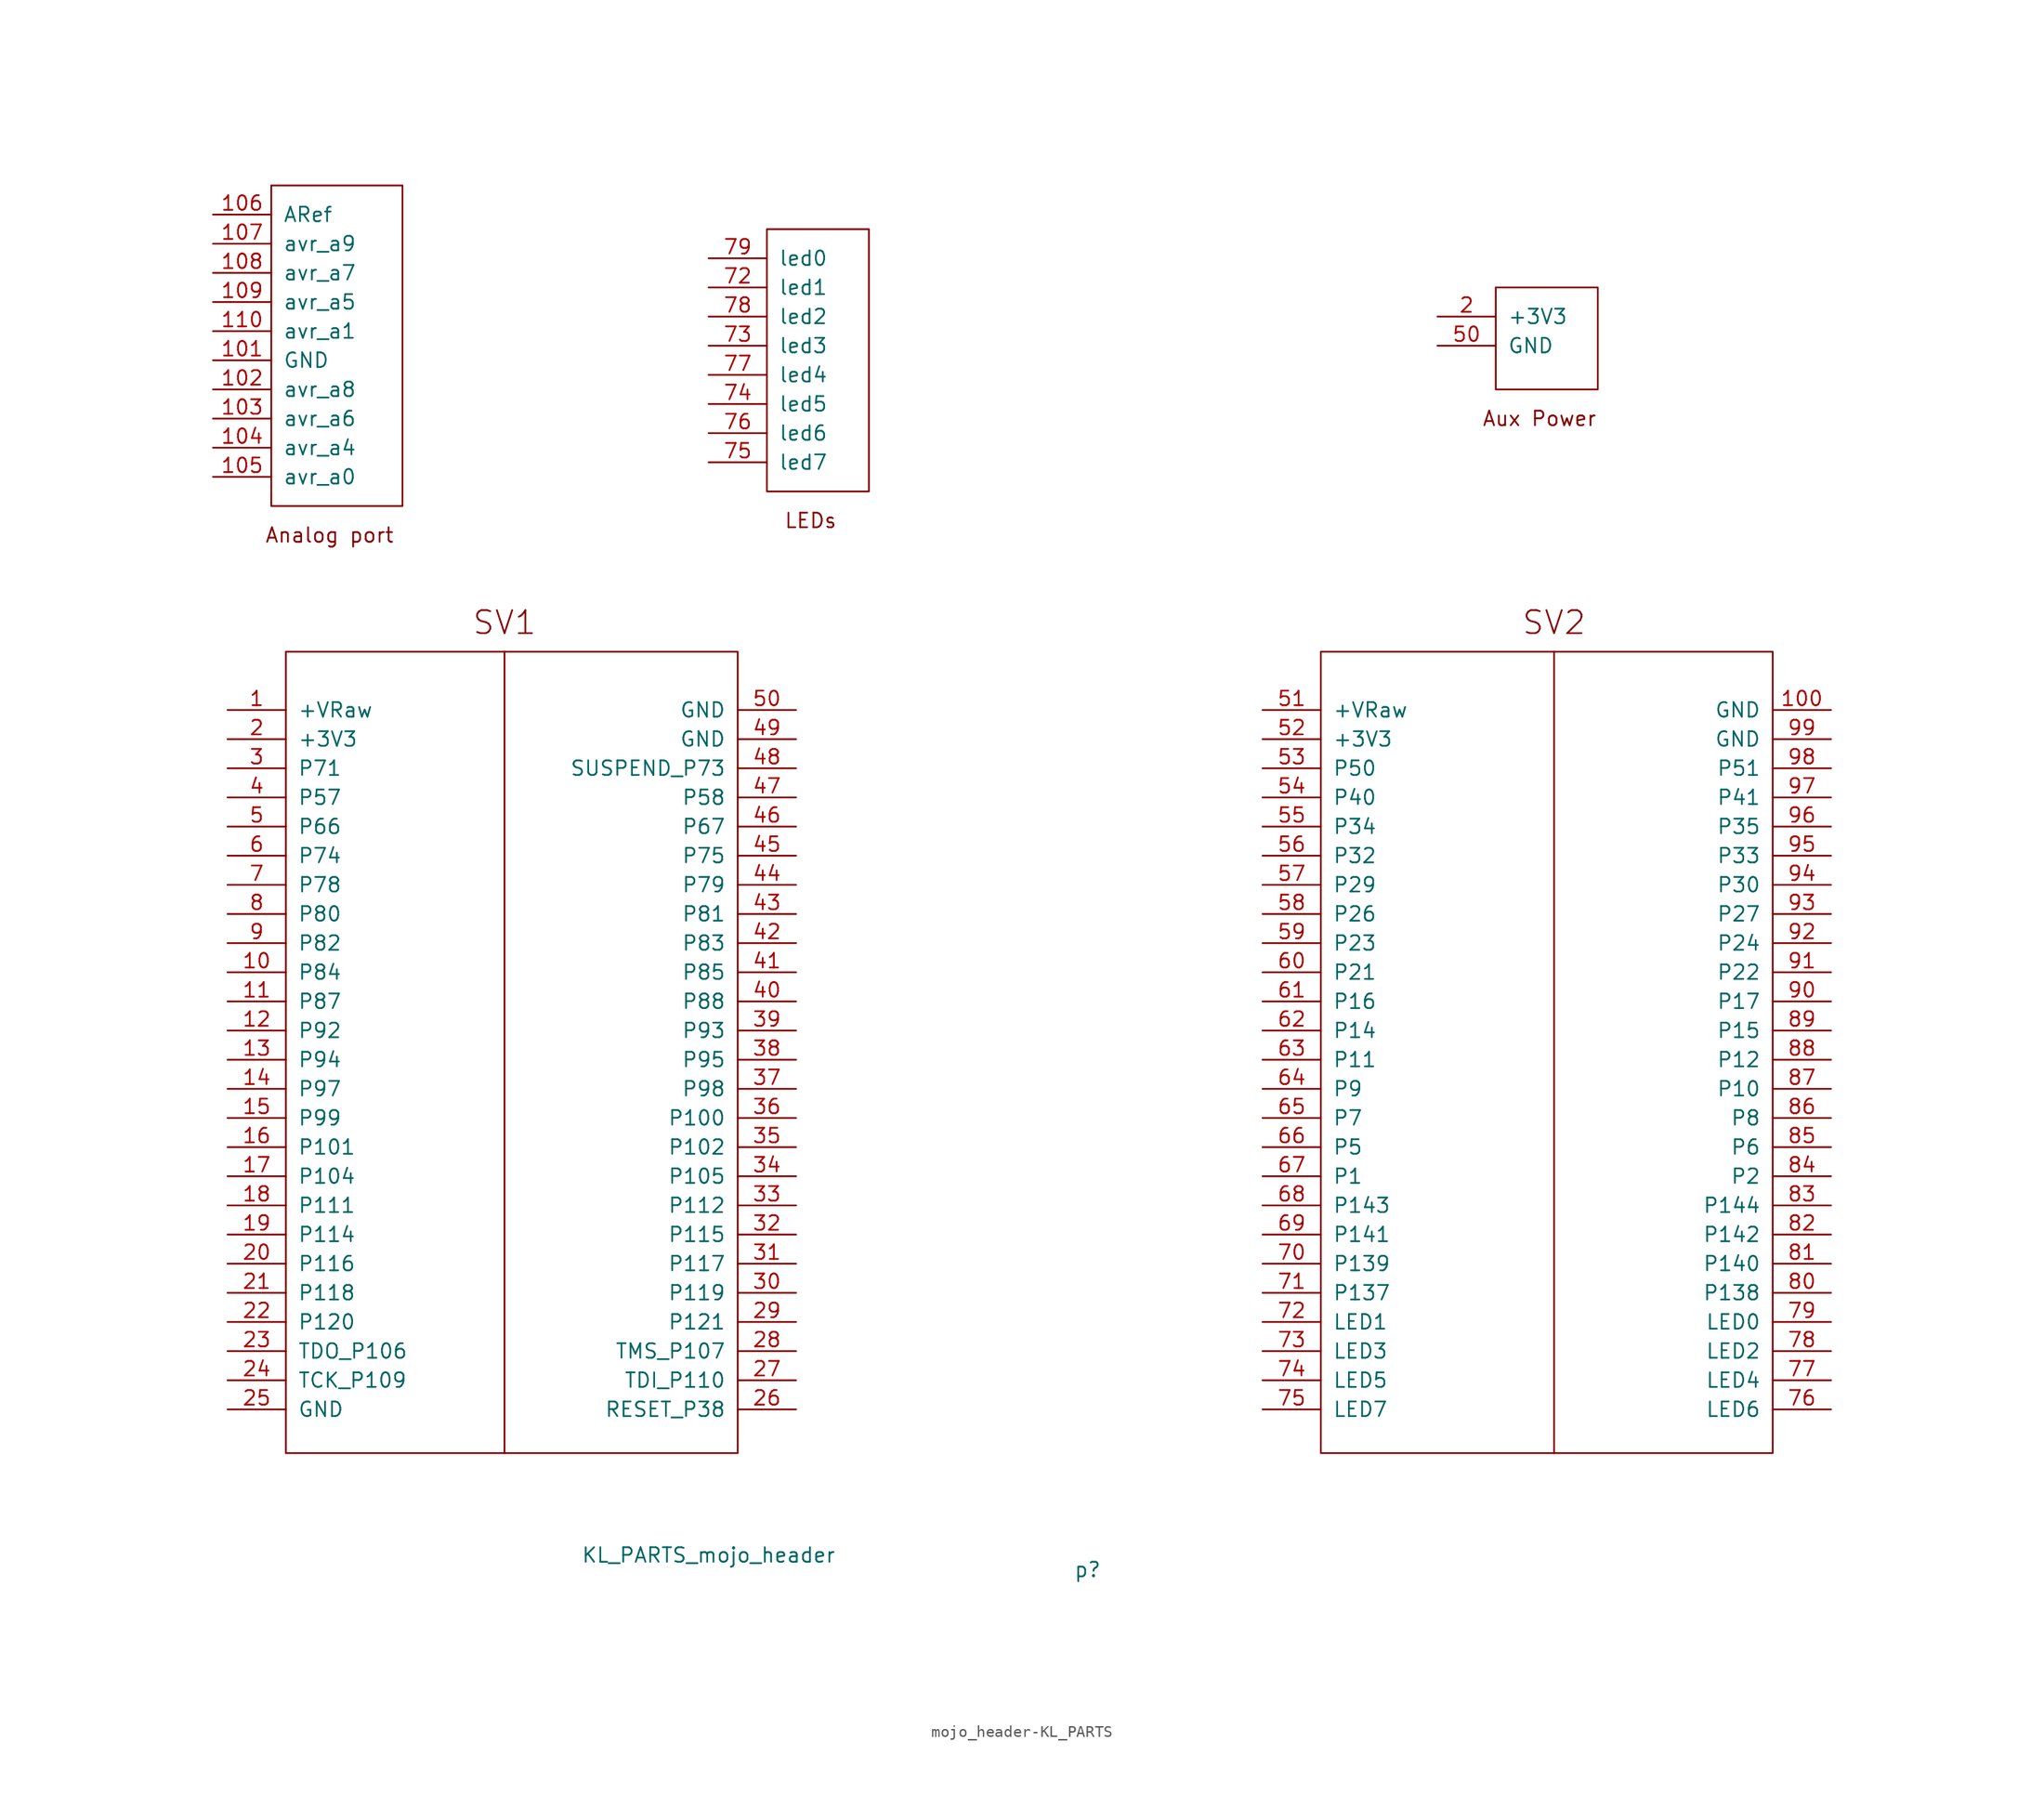
<source format=kicad_sym>
(kicad_symbol_lib
  (version 20231120)
  (generator "kicad_symbol_editor")
  (generator_version "8.0")
  (symbol "mojo_header-KL_PARTS"
    (pin_names
      (offset 1.016))
    (property "Reference" "p"
      (at 8.89 -48.26 0)
      (effects (font (size 1.27 1.27))))
    (property "Value" "KL_PARTS_mojo_header"
      (at -24.13 -46.99 0)
      (effects (font (size 1.27 1.27))))
    (symbol "mojo_header-KL_PARTS_0_0"
      (rectangle (start -19.05 68.58) (end -10.16 45.72) (stroke (width 0) (type solid)) (fill (type none)))
      (polyline (pts (xy -41.91 31.75) (xy -41.91 -38.1)) (stroke (width 0) (type solid)) (fill (type none)))
      (polyline (pts (xy 49.53 31.75) (xy 49.53 -38.1)) (stroke (width 0) (type solid)) (fill (type none)))
      (rectangle (start 44.45 63.5) (end 53.34 54.61) (stroke (width 0) (type solid)) (fill (type none)))
      (text "Analog port" (at -57.15 41.91 0) (effects (font (size 1.27 1.27))))
      (text "Aux Power" (at 48.26 52.07 0) (effects (font (size 1.27 1.27))))
      (text "LEDs" (at -15.24 43.18 0) (effects (font (size 1.27 1.27))))
      (text "SV1" (at -41.91 34.29 0) (effects (font (size 2.007 2.007))))
      (text "SV2" (at 49.53 34.29 0) (effects (font (size 2.007 2.007)))))
    (symbol "mojo_header-KL_PARTS_0_1"
      (rectangle (start -62.23 72.39) (end -50.8 44.45) (stroke (width 0) (type solid)) (fill (type none)))
      (rectangle (start -60.96 31.75) (end -21.59 -38.1) (stroke (width 0) (type solid)) (fill (type none))))
    (symbol "mojo_header-KL_PARTS_1_1"
      (rectangle (start 29.21 31.75) (end 68.58 -38.1) (stroke (width 0) (type solid)) (fill (type none)))
      (pin power_in line (at -66.04 26.67 0) (length 5.08) (name "+VRaw" (effects (font (size 1.27 1.27)))) (number "1" (effects (font (size 1.27 1.27)))))
      (pin bidirectional line (at -66.04 3.81 0) (length 5.08) (name "P84" (effects (font (size 1.27 1.27)))) (number "10" (effects (font (size 1.27 1.27)))))
      (pin power_in line (at 73.66 26.67 180) (length 5.08) (name "GND" (effects (font (size 1.27 1.27)))) (number "100" (effects (font (size 1.27 1.27)))))
      (pin power_in line (at -67.31 57.15 0) (length 5.08) (name "GND" (effects (font (size 1.27 1.27)))) (number "101" (effects (font (size 1.27 1.27)))))
      (pin bidirectional line (at -67.31 54.61 0) (length 5.08) (name "avr_a8" (effects (font (size 1.27 1.27)))) (number "102" (effects (font (size 1.27 1.27)))))
      (pin bidirectional line (at -67.31 52.07 0) (length 5.08) (name "avr_a6" (effects (font (size 1.27 1.27)))) (number "103" (effects (font (size 1.27 1.27)))))
      (pin bidirectional line (at -67.31 49.53 0) (length 5.08) (name "avr_a4" (effects (font (size 1.27 1.27)))) (number "104" (effects (font (size 1.27 1.27)))))
      (pin bidirectional line (at -67.31 46.99 0) (length 5.08) (name "avr_a0" (effects (font (size 1.27 1.27)))) (number "105" (effects (font (size 1.27 1.27)))))
      (pin bidirectional line (at -67.31 69.85 0) (length 5.08) (name "ARef" (effects (font (size 1.27 1.27)))) (number "106" (effects (font (size 1.27 1.27)))))
      (pin bidirectional line (at -67.31 67.31 0) (length 5.08) (name "avr_a9" (effects (font (size 1.27 1.27)))) (number "107" (effects (font (size 1.27 1.27)))))
      (pin bidirectional line (at -67.31 64.77 0) (length 5.08) (name "avr_a7" (effects (font (size 1.27 1.27)))) (number "108" (effects (font (size 1.27 1.27)))))
      (pin bidirectional line (at -67.31 62.23 0) (length 5.08) (name "avr_a5" (effects (font (size 1.27 1.27)))) (number "109" (effects (font (size 1.27 1.27)))))
      (pin bidirectional line (at -66.04 1.27 0) (length 5.08) (name "P87" (effects (font (size 1.27 1.27)))) (number "11" (effects (font (size 1.27 1.27)))))
      (pin bidirectional line (at -67.31 59.69 0) (length 5.08) (name "avr_a1" (effects (font (size 1.27 1.27)))) (number "110" (effects (font (size 1.27 1.27)))))
      (pin bidirectional line (at -66.04 -1.27 0) (length 5.08) (name "P92" (effects (font (size 1.27 1.27)))) (number "12" (effects (font (size 1.27 1.27)))))
      (pin bidirectional line (at -66.04 -3.81 0) (length 5.08) (name "P94" (effects (font (size 1.27 1.27)))) (number "13" (effects (font (size 1.27 1.27)))))
      (pin bidirectional line (at -66.04 -6.35 0) (length 5.08) (name "P97" (effects (font (size 1.27 1.27)))) (number "14" (effects (font (size 1.27 1.27)))))
      (pin bidirectional line (at -66.04 -8.89 0) (length 5.08) (name "P99" (effects (font (size 1.27 1.27)))) (number "15" (effects (font (size 1.27 1.27)))))
      (pin bidirectional line (at -66.04 -11.43 0) (length 5.08) (name "P101" (effects (font (size 1.27 1.27)))) (number "16" (effects (font (size 1.27 1.27)))))
      (pin bidirectional line (at -66.04 -13.97 0) (length 5.08) (name "P104" (effects (font (size 1.27 1.27)))) (number "17" (effects (font (size 1.27 1.27)))))
      (pin bidirectional line (at -66.04 -16.51 0) (length 5.08) (name "P111" (effects (font (size 1.27 1.27)))) (number "18" (effects (font (size 1.27 1.27)))))
      (pin bidirectional line (at -66.04 -19.05 0) (length 5.08) (name "P114" (effects (font (size 1.27 1.27)))) (number "19" (effects (font (size 1.27 1.27)))))
      (pin power_in line (at -66.04 24.13 0) (length 5.08) (name "+3V3" (effects (font (size 1.27 1.27)))) (number "2" (effects (font (size 1.27 1.27)))))
      (pin power_in line (at 39.37 60.96 0) (length 5.08) (name "+3V3" (effects (font (size 1.27 1.27)))) (number "2" (effects (font (size 1.27 1.27)))))
      (pin bidirectional line (at -66.04 -21.59 0) (length 5.08) (name "P116" (effects (font (size 1.27 1.27)))) (number "20" (effects (font (size 1.27 1.27)))))
      (pin bidirectional line (at -66.04 -24.13 0) (length 5.08) (name "P118" (effects (font (size 1.27 1.27)))) (number "21" (effects (font (size 1.27 1.27)))))
      (pin bidirectional line (at -66.04 -26.67 0) (length 5.08) (name "P120" (effects (font (size 1.27 1.27)))) (number "22" (effects (font (size 1.27 1.27)))))
      (pin bidirectional line (at -66.04 -29.21 0) (length 5.08) (name "TDO_P106" (effects (font (size 1.27 1.27)))) (number "23" (effects (font (size 1.27 1.27)))))
      (pin bidirectional line (at -66.04 -31.75 0) (length 5.08) (name "TCK_P109" (effects (font (size 1.27 1.27)))) (number "24" (effects (font (size 1.27 1.27)))))
      (pin power_in line (at -66.04 -34.29 0) (length 5.08) (name "GND" (effects (font (size 1.27 1.27)))) (number "25" (effects (font (size 1.27 1.27)))))
      (pin bidirectional line (at -16.51 -34.29 180) (length 5.08) (name "RESET_P38" (effects (font (size 1.27 1.27)))) (number "26" (effects (font (size 1.27 1.27)))))
      (pin bidirectional line (at -16.51 -31.75 180) (length 5.08) (name "TDI_P110" (effects (font (size 1.27 1.27)))) (number "27" (effects (font (size 1.27 1.27)))))
      (pin bidirectional line (at -16.51 -29.21 180) (length 5.08) (name "TMS_P107" (effects (font (size 1.27 1.27)))) (number "28" (effects (font (size 1.27 1.27)))))
      (pin bidirectional line (at -16.51 -26.67 180) (length 5.08) (name "P121" (effects (font (size 1.27 1.27)))) (number "29" (effects (font (size 1.27 1.27)))))
      (pin bidirectional line (at -66.04 21.59 0) (length 5.08) (name "P71" (effects (font (size 1.27 1.27)))) (number "3" (effects (font (size 1.27 1.27)))))
      (pin bidirectional line (at -16.51 -24.13 180) (length 5.08) (name "P119" (effects (font (size 1.27 1.27)))) (number "30" (effects (font (size 1.27 1.27)))))
      (pin bidirectional line (at -16.51 -21.59 180) (length 5.08) (name "P117" (effects (font (size 1.27 1.27)))) (number "31" (effects (font (size 1.27 1.27)))))
      (pin bidirectional line (at -16.51 -19.05 180) (length 5.08) (name "P115" (effects (font (size 1.27 1.27)))) (number "32" (effects (font (size 1.27 1.27)))))
      (pin bidirectional line (at -16.51 -16.51 180) (length 5.08) (name "P112" (effects (font (size 1.27 1.27)))) (number "33" (effects (font (size 1.27 1.27)))))
      (pin bidirectional line (at -16.51 -13.97 180) (length 5.08) (name "P105" (effects (font (size 1.27 1.27)))) (number "34" (effects (font (size 1.27 1.27)))))
      (pin bidirectional line (at -16.51 -11.43 180) (length 5.08) (name "P102" (effects (font (size 1.27 1.27)))) (number "35" (effects (font (size 1.27 1.27)))))
      (pin bidirectional line (at -16.51 -8.89 180) (length 5.08) (name "P100" (effects (font (size 1.27 1.27)))) (number "36" (effects (font (size 1.27 1.27)))))
      (pin bidirectional line (at -16.51 -6.35 180) (length 5.08) (name "P98" (effects (font (size 1.27 1.27)))) (number "37" (effects (font (size 1.27 1.27)))))
      (pin bidirectional line (at -16.51 -3.81 180) (length 5.08) (name "P95" (effects (font (size 1.27 1.27)))) (number "38" (effects (font (size 1.27 1.27)))))
      (pin bidirectional line (at -16.51 -1.27 180) (length 5.08) (name "P93" (effects (font (size 1.27 1.27)))) (number "39" (effects (font (size 1.27 1.27)))))
      (pin bidirectional line (at -66.04 19.05 0) (length 5.08) (name "P57" (effects (font (size 1.27 1.27)))) (number "4" (effects (font (size 1.27 1.27)))))
      (pin bidirectional line (at -16.51 1.27 180) (length 5.08) (name "P88" (effects (font (size 1.27 1.27)))) (number "40" (effects (font (size 1.27 1.27)))))
      (pin bidirectional line (at -16.51 3.81 180) (length 5.08) (name "P85" (effects (font (size 1.27 1.27)))) (number "41" (effects (font (size 1.27 1.27)))))
      (pin bidirectional line (at -16.51 6.35 180) (length 5.08) (name "P83" (effects (font (size 1.27 1.27)))) (number "42" (effects (font (size 1.27 1.27)))))
      (pin bidirectional line (at -16.51 8.89 180) (length 5.08) (name "P81" (effects (font (size 1.27 1.27)))) (number "43" (effects (font (size 1.27 1.27)))))
      (pin bidirectional line (at -16.51 11.43 180) (length 5.08) (name "P79" (effects (font (size 1.27 1.27)))) (number "44" (effects (font (size 1.27 1.27)))))
      (pin bidirectional line (at -16.51 13.97 180) (length 5.08) (name "P75" (effects (font (size 1.27 1.27)))) (number "45" (effects (font (size 1.27 1.27)))))
      (pin bidirectional line (at -16.51 16.51 180) (length 5.08) (name "P67" (effects (font (size 1.27 1.27)))) (number "46" (effects (font (size 1.27 1.27)))))
      (pin bidirectional line (at -16.51 19.05 180) (length 5.08) (name "P58" (effects (font (size 1.27 1.27)))) (number "47" (effects (font (size 1.27 1.27)))))
      (pin bidirectional line (at -16.51 21.59 180) (length 5.08) (name "SUSPEND_P73" (effects (font (size 1.27 1.27)))) (number "48" (effects (font (size 1.27 1.27)))))
      (pin power_in line (at -16.51 24.13 180) (length 5.08) (name "GND" (effects (font (size 1.27 1.27)))) (number "49" (effects (font (size 1.27 1.27)))))
      (pin bidirectional line (at -66.04 16.51 0) (length 5.08) (name "P66" (effects (font (size 1.27 1.27)))) (number "5" (effects (font (size 1.27 1.27)))))
      (pin power_in line (at -16.51 26.67 180) (length 5.08) (name "GND" (effects (font (size 1.27 1.27)))) (number "50" (effects (font (size 1.27 1.27)))))
      (pin power_in line (at 39.37 58.42 0) (length 5.08) (name "GND" (effects (font (size 1.27 1.27)))) (number "50" (effects (font (size 1.27 1.27)))))
      (pin power_in line (at 24.13 26.67 0) (length 5.08) (name "+VRaw" (effects (font (size 1.27 1.27)))) (number "51" (effects (font (size 1.27 1.27)))))
      (pin power_in line (at 24.13 24.13 0) (length 5.08) (name "+3V3" (effects (font (size 1.27 1.27)))) (number "52" (effects (font (size 1.27 1.27)))))
      (pin bidirectional line (at 24.13 21.59 0) (length 5.08) (name "P50" (effects (font (size 1.27 1.27)))) (number "53" (effects (font (size 1.27 1.27)))))
      (pin bidirectional line (at 24.13 19.05 0) (length 5.08) (name "P40" (effects (font (size 1.27 1.27)))) (number "54" (effects (font (size 1.27 1.27)))))
      (pin bidirectional line (at 24.13 16.51 0) (length 5.08) (name "P34" (effects (font (size 1.27 1.27)))) (number "55" (effects (font (size 1.27 1.27)))))
      (pin bidirectional line (at 24.13 13.97 0) (length 5.08) (name "P32" (effects (font (size 1.27 1.27)))) (number "56" (effects (font (size 1.27 1.27)))))
      (pin bidirectional line (at 24.13 11.43 0) (length 5.08) (name "P29" (effects (font (size 1.27 1.27)))) (number "57" (effects (font (size 1.27 1.27)))))
      (pin bidirectional line (at 24.13 8.89 0) (length 5.08) (name "P26" (effects (font (size 1.27 1.27)))) (number "58" (effects (font (size 1.27 1.27)))))
      (pin bidirectional line (at 24.13 6.35 0) (length 5.08) (name "P23" (effects (font (size 1.27 1.27)))) (number "59" (effects (font (size 1.27 1.27)))))
      (pin bidirectional line (at -66.04 13.97 0) (length 5.08) (name "P74" (effects (font (size 1.27 1.27)))) (number "6" (effects (font (size 1.27 1.27)))))
      (pin bidirectional line (at 24.13 3.81 0) (length 5.08) (name "P21" (effects (font (size 1.27 1.27)))) (number "60" (effects (font (size 1.27 1.27)))))
      (pin bidirectional line (at 24.13 1.27 0) (length 5.08) (name "P16" (effects (font (size 1.27 1.27)))) (number "61" (effects (font (size 1.27 1.27)))))
      (pin bidirectional line (at 24.13 -1.27 0) (length 5.08) (name "P14" (effects (font (size 1.27 1.27)))) (number "62" (effects (font (size 1.27 1.27)))))
      (pin bidirectional line (at 24.13 -3.81 0) (length 5.08) (name "P11" (effects (font (size 1.27 1.27)))) (number "63" (effects (font (size 1.27 1.27)))))
      (pin bidirectional line (at 24.13 -6.35 0) (length 5.08) (name "P9" (effects (font (size 1.27 1.27)))) (number "64" (effects (font (size 1.27 1.27)))))
      (pin bidirectional line (at 24.13 -8.89 0) (length 5.08) (name "P7" (effects (font (size 1.27 1.27)))) (number "65" (effects (font (size 1.27 1.27)))))
      (pin bidirectional line (at 24.13 -11.43 0) (length 5.08) (name "P5" (effects (font (size 1.27 1.27)))) (number "66" (effects (font (size 1.27 1.27)))))
      (pin bidirectional line (at 24.13 -13.97 0) (length 5.08) (name "P1" (effects (font (size 1.27 1.27)))) (number "67" (effects (font (size 1.27 1.27)))))
      (pin bidirectional line (at 24.13 -16.51 0) (length 5.08) (name "P143" (effects (font (size 1.27 1.27)))) (number "68" (effects (font (size 1.27 1.27)))))
      (pin bidirectional line (at 24.13 -19.05 0) (length 5.08) (name "P141" (effects (font (size 1.27 1.27)))) (number "69" (effects (font (size 1.27 1.27)))))
      (pin bidirectional line (at -66.04 11.43 0) (length 5.08) (name "P78" (effects (font (size 1.27 1.27)))) (number "7" (effects (font (size 1.27 1.27)))))
      (pin bidirectional line (at 24.13 -21.59 0) (length 5.08) (name "P139" (effects (font (size 1.27 1.27)))) (number "70" (effects (font (size 1.27 1.27)))))
      (pin bidirectional line (at 24.13 -24.13 0) (length 5.08) (name "P137" (effects (font (size 1.27 1.27)))) (number "71" (effects (font (size 1.27 1.27)))))
      (pin output line (at 24.13 -26.67 0) (length 5.08) (name "LED1" (effects (font (size 1.27 1.27)))) (number "72" (effects (font (size 1.27 1.27)))))
      (pin output line (at -24.13 63.5 0) (length 5.08) (name "led1" (effects (font (size 1.27 1.27)))) (number "72" (effects (font (size 1.27 1.27)))))
      (pin output line (at 24.13 -29.21 0) (length 5.08) (name "LED3" (effects (font (size 1.27 1.27)))) (number "73" (effects (font (size 1.27 1.27)))))
      (pin output line (at -24.13 58.42 0) (length 5.08) (name "led3" (effects (font (size 1.27 1.27)))) (number "73" (effects (font (size 1.27 1.27)))))
      (pin output line (at 24.13 -31.75 0) (length 5.08) (name "LED5" (effects (font (size 1.27 1.27)))) (number "74" (effects (font (size 1.27 1.27)))))
      (pin output line (at -24.13 53.34 0) (length 5.08) (name "led5" (effects (font (size 1.27 1.27)))) (number "74" (effects (font (size 1.27 1.27)))))
      (pin output line (at 24.13 -34.29 0) (length 5.08) (name "LED7" (effects (font (size 1.27 1.27)))) (number "75" (effects (font (size 1.27 1.27)))))
      (pin output line (at -24.13 48.26 0) (length 5.08) (name "led7" (effects (font (size 1.27 1.27)))) (number "75" (effects (font (size 1.27 1.27)))))
      (pin output line (at 73.66 -34.29 180) (length 5.08) (name "LED6" (effects (font (size 1.27 1.27)))) (number "76" (effects (font (size 1.27 1.27)))))
      (pin output line (at -24.13 50.8 0) (length 5.08) (name "led6" (effects (font (size 1.27 1.27)))) (number "76" (effects (font (size 1.27 1.27)))))
      (pin output line (at 73.66 -31.75 180) (length 5.08) (name "LED4" (effects (font (size 1.27 1.27)))) (number "77" (effects (font (size 1.27 1.27)))))
      (pin output line (at -24.13 55.88 0) (length 5.08) (name "led4" (effects (font (size 1.27 1.27)))) (number "77" (effects (font (size 1.27 1.27)))))
      (pin output line (at 73.66 -29.21 180) (length 5.08) (name "LED2" (effects (font (size 1.27 1.27)))) (number "78" (effects (font (size 1.27 1.27)))))
      (pin output line (at -24.13 60.96 0) (length 5.08) (name "led2" (effects (font (size 1.27 1.27)))) (number "78" (effects (font (size 1.27 1.27)))))
      (pin output line (at 73.66 -26.67 180) (length 5.08) (name "LED0" (effects (font (size 1.27 1.27)))) (number "79" (effects (font (size 1.27 1.27)))))
      (pin output line (at -24.13 66.04 0) (length 5.08) (name "led0" (effects (font (size 1.27 1.27)))) (number "79" (effects (font (size 1.27 1.27)))))
      (pin bidirectional line (at -66.04 8.89 0) (length 5.08) (name "P80" (effects (font (size 1.27 1.27)))) (number "8" (effects (font (size 1.27 1.27)))))
      (pin bidirectional line (at 73.66 -24.13 180) (length 5.08) (name "P138" (effects (font (size 1.27 1.27)))) (number "80" (effects (font (size 1.27 1.27)))))
      (pin bidirectional line (at 73.66 -21.59 180) (length 5.08) (name "P140" (effects (font (size 1.27 1.27)))) (number "81" (effects (font (size 1.27 1.27)))))
      (pin bidirectional line (at 73.66 -19.05 180) (length 5.08) (name "P142" (effects (font (size 1.27 1.27)))) (number "82" (effects (font (size 1.27 1.27)))))
      (pin bidirectional line (at 73.66 -16.51 180) (length 5.08) (name "P144" (effects (font (size 1.27 1.27)))) (number "83" (effects (font (size 1.27 1.27)))))
      (pin bidirectional line (at 73.66 -13.97 180) (length 5.08) (name "P2" (effects (font (size 1.27 1.27)))) (number "84" (effects (font (size 1.27 1.27)))))
      (pin bidirectional line (at 73.66 -11.43 180) (length 5.08) (name "P6" (effects (font (size 1.27 1.27)))) (number "85" (effects (font (size 1.27 1.27)))))
      (pin bidirectional line (at 73.66 -8.89 180) (length 5.08) (name "P8" (effects (font (size 1.27 1.27)))) (number "86" (effects (font (size 1.27 1.27)))))
      (pin bidirectional line (at 73.66 -6.35 180) (length 5.08) (name "P10" (effects (font (size 1.27 1.27)))) (number "87" (effects (font (size 1.27 1.27)))))
      (pin bidirectional line (at 73.66 -3.81 180) (length 5.08) (name "P12" (effects (font (size 1.27 1.27)))) (number "88" (effects (font (size 1.27 1.27)))))
      (pin bidirectional line (at 73.66 -1.27 180) (length 5.08) (name "P15" (effects (font (size 1.27 1.27)))) (number "89" (effects (font (size 1.27 1.27)))))
      (pin bidirectional line (at -66.04 6.35 0) (length 5.08) (name "P82" (effects (font (size 1.27 1.27)))) (number "9" (effects (font (size 1.27 1.27)))))
      (pin bidirectional line (at 73.66 1.27 180) (length 5.08) (name "P17" (effects (font (size 1.27 1.27)))) (number "90" (effects (font (size 1.27 1.27)))))
      (pin bidirectional line (at 73.66 3.81 180) (length 5.08) (name "P22" (effects (font (size 1.27 1.27)))) (number "91" (effects (font (size 1.27 1.27)))))
      (pin bidirectional line (at 73.66 6.35 180) (length 5.08) (name "P24" (effects (font (size 1.27 1.27)))) (number "92" (effects (font (size 1.27 1.27)))))
      (pin bidirectional line (at 73.66 8.89 180) (length 5.08) (name "P27" (effects (font (size 1.27 1.27)))) (number "93" (effects (font (size 1.27 1.27)))))
      (pin bidirectional line (at 73.66 11.43 180) (length 5.08) (name "P30" (effects (font (size 1.27 1.27)))) (number "94" (effects (font (size 1.27 1.27)))))
      (pin bidirectional line (at 73.66 13.97 180) (length 5.08) (name "P33" (effects (font (size 1.27 1.27)))) (number "95" (effects (font (size 1.27 1.27)))))
      (pin bidirectional line (at 73.66 16.51 180) (length 5.08) (name "P35" (effects (font (size 1.27 1.27)))) (number "96" (effects (font (size 1.27 1.27)))))
      (pin bidirectional line (at 73.66 19.05 180) (length 5.08) (name "P41" (effects (font (size 1.27 1.27)))) (number "97" (effects (font (size 1.27 1.27)))))
      (pin bidirectional line (at 73.66 21.59 180) (length 5.08) (name "P51" (effects (font (size 1.27 1.27)))) (number "98" (effects (font (size 1.27 1.27)))))
      (pin power_in line (at 73.66 24.13 180) (length 5.08) (name "GND" (effects (font (size 1.27 1.27)))) (number "99" (effects (font (size 1.27 1.27))))))))
</source>
